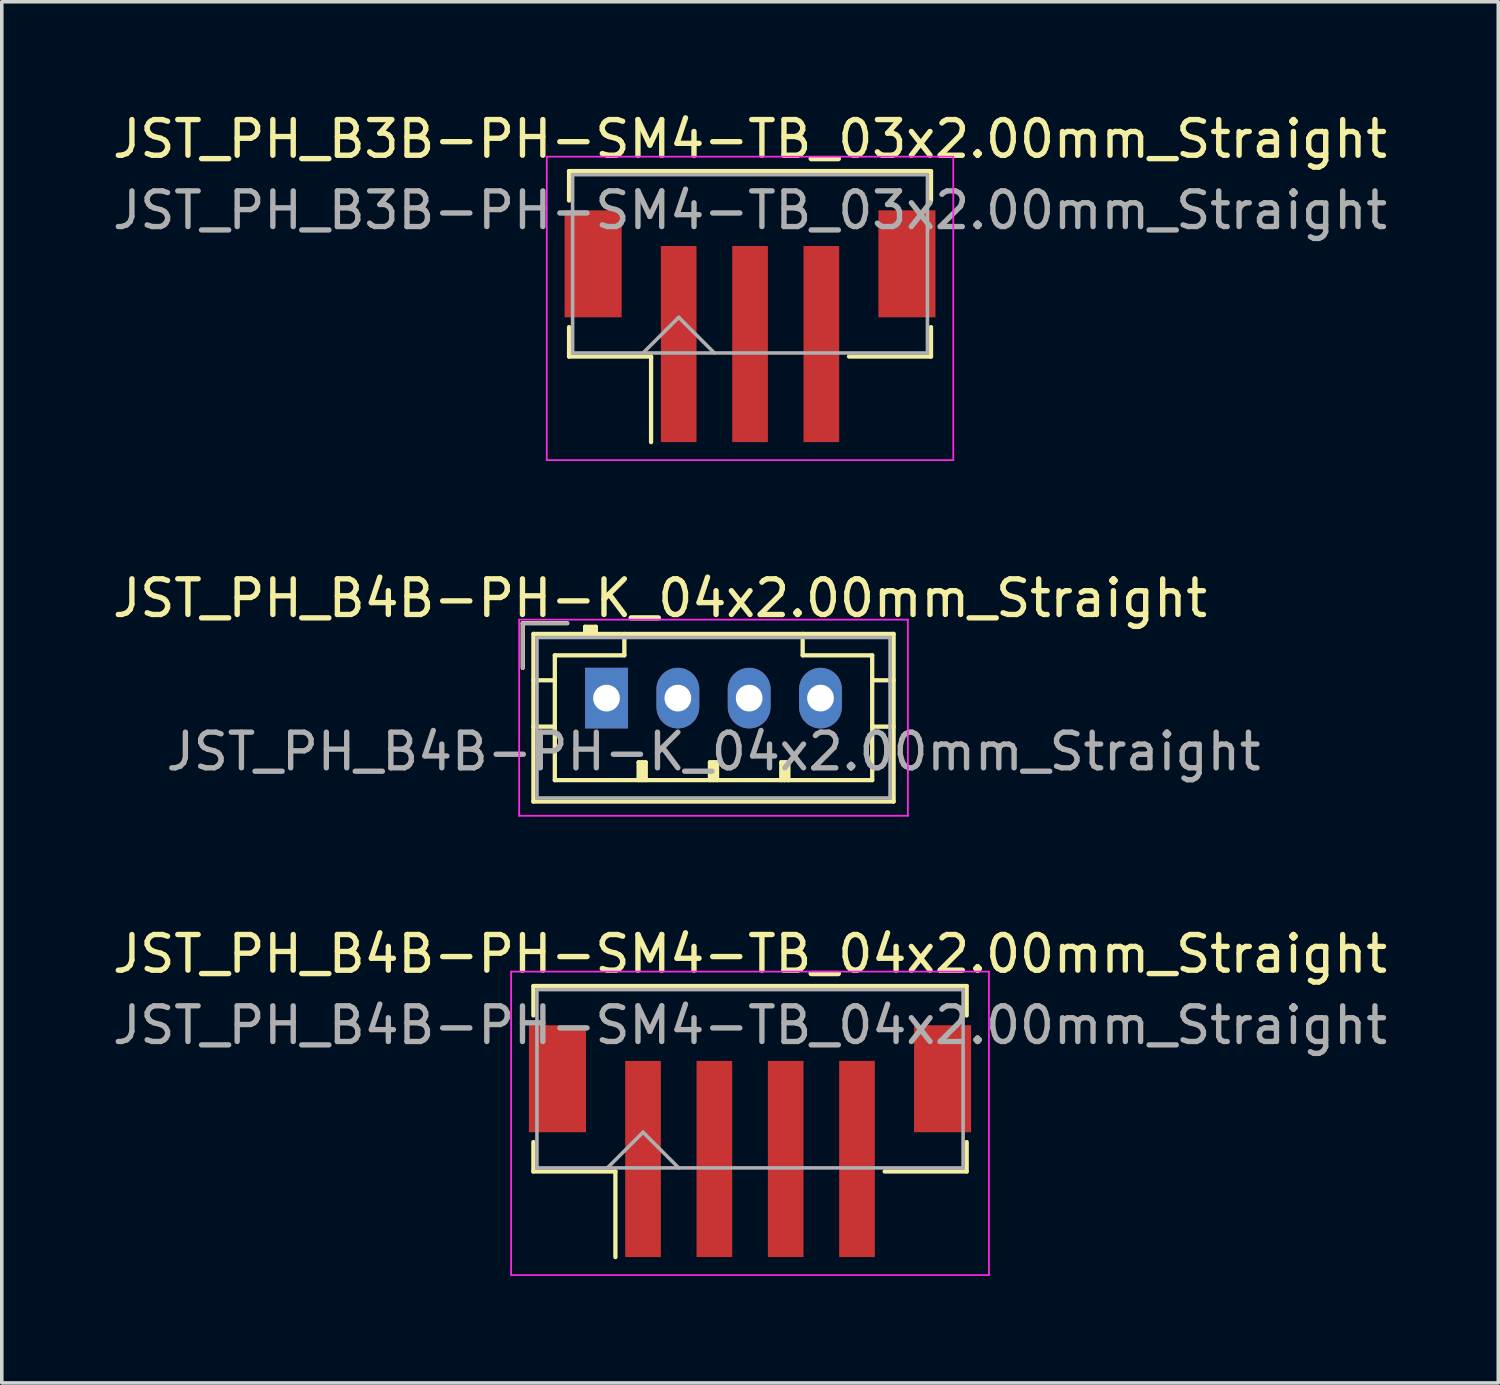
<source format=kicad_pcb>
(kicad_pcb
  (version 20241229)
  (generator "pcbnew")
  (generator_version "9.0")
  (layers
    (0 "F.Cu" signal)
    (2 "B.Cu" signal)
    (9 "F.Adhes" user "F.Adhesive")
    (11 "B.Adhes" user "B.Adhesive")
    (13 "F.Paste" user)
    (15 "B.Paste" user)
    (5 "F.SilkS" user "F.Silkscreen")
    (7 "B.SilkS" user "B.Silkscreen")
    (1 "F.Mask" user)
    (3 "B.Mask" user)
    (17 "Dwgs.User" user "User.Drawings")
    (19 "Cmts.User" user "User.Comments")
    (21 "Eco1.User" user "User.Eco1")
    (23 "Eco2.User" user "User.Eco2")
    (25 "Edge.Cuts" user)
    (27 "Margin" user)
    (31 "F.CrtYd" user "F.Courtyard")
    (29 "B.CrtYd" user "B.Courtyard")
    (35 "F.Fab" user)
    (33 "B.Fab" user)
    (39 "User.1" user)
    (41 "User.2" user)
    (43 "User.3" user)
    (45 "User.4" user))
  (footprint "JST_PH_B4B-PH-SM4-TB_04x2.00mm_Straight"
    (layer "F.Cu")
    (at 17.982 28.325)
    (property "Reference" "JST_PH_B4B-PH-SM4-TB_04x2.00mm_Straight" (at 0 -4.625 0) (layer "F.SilkS") (effects (font (size 1 1) (thickness 0.15))))
    (attr smd)
    (fp_line (start -6.075 -3.725) (end 6.075 -3.725) (stroke (width 0.12) (type solid)) (layer "F.SilkS"))
    (fp_line (start -6.075 -2.9) (end -6.075 -3.725) (stroke (width 0.12) (type solid)) (layer "F.SilkS"))
    (fp_line (start -6.075 0.65) (end -6.075 1.475) (stroke (width 0.12) (type solid)) (layer "F.SilkS"))
    (fp_line (start -6.075 1.475) (end -3.775 1.475) (stroke (width 0.12) (type solid)) (layer "F.SilkS"))
    (fp_line (start -3.775 1.475) (end -3.775 3.875) (stroke (width 0.12) (type solid)) (layer "F.SilkS"))
    (fp_line (start 6.075 -3.725) (end 6.075 -2.9) (stroke (width 0.12) (type solid)) (layer "F.SilkS"))
    (fp_line (start 6.075 0.65) (end 6.075 1.475) (stroke (width 0.12) (type solid)) (layer "F.SilkS"))
    (fp_line (start 6.075 1.475) (end 3.775 1.475) (stroke (width 0.12) (type solid)) (layer "F.SilkS"))
    (fp_line (start -6.7 -4.13) (end -6.7 4.38) (stroke (width 0.05) (type solid)) (layer "F.CrtYd"))
    (fp_line (start -6.7 4.38) (end 6.7 4.38) (stroke (width 0.05) (type solid)) (layer "F.CrtYd"))
    (fp_line (start 6.7 -4.13) (end -6.7 -4.13) (stroke (width 0.05) (type solid)) (layer "F.CrtYd"))
    (fp_line (start 6.7 4.38) (end 6.7 -4.13) (stroke (width 0.05) (type solid)) (layer "F.CrtYd"))
    (fp_line (start -5.975 -3.625) (end -5.975 1.375) (stroke (width 0.1) (type solid)) (layer "F.Fab"))
    (fp_line (start -5.975 1.375) (end 5.975 1.375) (stroke (width 0.1) (type solid)) (layer "F.Fab"))
    (fp_line (start -4 1.375) (end -3 0.375) (stroke (width 0.1) (type solid)) (layer "F.Fab"))
    (fp_line (start -3 0.375) (end -2 1.375) (stroke (width 0.1) (type solid)) (layer "F.Fab"))
    (fp_line (start 5.975 -3.625) (end -5.975 -3.625) (stroke (width 0.1) (type solid)) (layer "F.Fab"))
    (fp_line (start 5.975 1.375) (end 5.975 -3.625) (stroke (width 0.1) (type solid)) (layer "F.Fab"))
    (fp_text user "${REFERENCE}" (at 0 -2.625 0) (layer "F.Fab") (effects (font (size 1 1) (thickness 0.15))))
    (pad "" smd rect (at -5.4 -1.125) (size 1.6 3) (layers "F.Cu" "F.Mask" "F.Paste"))
    (pad "" smd rect (at 5.4 -1.125) (size 1.6 3) (layers "F.Cu" "F.Mask" "F.Paste"))
    (pad "1" smd rect (at -3 1.125) (size 1 5.5) (layers "F.Cu" "F.Mask" "F.Paste"))
    (pad "2" smd rect (at -1 1.125) (size 1 5.5) (layers "F.Cu" "F.Mask" "F.Paste"))
    (pad "3" smd rect (at 1 1.125) (size 1 5.5) (layers "F.Cu" "F.Mask" "F.Paste"))
    (pad "4" smd rect (at 3 1.125) (size 1 5.5) (layers "F.Cu" "F.Mask" "F.Paste")))
  (footprint "JST_PH_B3B-PH-SM4-TB_03x2.00mm_Straight"
    (layer "F.Cu")
    (at 17.982 5.473)
    (property "Reference" "JST_PH_B3B-PH-SM4-TB_03x2.00mm_Straight" (at 0 -4.625 0) (layer "F.SilkS") (effects (font (size 1 1) (thickness 0.15))))
    (attr smd)
    (fp_line (start -5.075 -3.725) (end 5.075 -3.725) (stroke (width 0.12) (type solid)) (layer "F.SilkS"))
    (fp_line (start -5.075 -2.9) (end -5.075 -3.725) (stroke (width 0.12) (type solid)) (layer "F.SilkS"))
    (fp_line (start -5.075 0.65) (end -5.075 1.475) (stroke (width 0.12) (type solid)) (layer "F.SilkS"))
    (fp_line (start -5.075 1.475) (end -2.775 1.475) (stroke (width 0.12) (type solid)) (layer "F.SilkS"))
    (fp_line (start -2.775 1.475) (end -2.775 3.875) (stroke (width 0.12) (type solid)) (layer "F.SilkS"))
    (fp_line (start 5.075 -3.725) (end 5.075 -2.9) (stroke (width 0.12) (type solid)) (layer "F.SilkS"))
    (fp_line (start 5.075 0.65) (end 5.075 1.475) (stroke (width 0.12) (type solid)) (layer "F.SilkS"))
    (fp_line (start 5.075 1.475) (end 2.775 1.475) (stroke (width 0.12) (type solid)) (layer "F.SilkS"))
    (fp_line (start -5.7 -4.13) (end -5.7 4.38) (stroke (width 0.05) (type solid)) (layer "F.CrtYd"))
    (fp_line (start -5.7 4.38) (end 5.7 4.38) (stroke (width 0.05) (type solid)) (layer "F.CrtYd"))
    (fp_line (start 5.7 -4.13) (end -5.7 -4.13) (stroke (width 0.05) (type solid)) (layer "F.CrtYd"))
    (fp_line (start 5.7 4.38) (end 5.7 -4.13) (stroke (width 0.05) (type solid)) (layer "F.CrtYd"))
    (fp_line (start -4.975 -3.625) (end -4.975 1.375) (stroke (width 0.1) (type solid)) (layer "F.Fab"))
    (fp_line (start -4.975 1.375) (end 4.975 1.375) (stroke (width 0.1) (type solid)) (layer "F.Fab"))
    (fp_line (start -3 1.375) (end -2 0.375) (stroke (width 0.1) (type solid)) (layer "F.Fab"))
    (fp_line (start -2 0.375) (end -1 1.375) (stroke (width 0.1) (type solid)) (layer "F.Fab"))
    (fp_line (start 4.975 -3.625) (end -4.975 -3.625) (stroke (width 0.1) (type solid)) (layer "F.Fab"))
    (fp_line (start 4.975 1.375) (end 4.975 -3.625) (stroke (width 0.1) (type solid)) (layer "F.Fab"))
    (fp_text user "${REFERENCE}" (at 0 -2.625 0) (layer "F.Fab") (effects (font (size 1 1) (thickness 0.15))))
    (pad "" smd rect (at -4.4 -1.125) (size 1.6 3) (layers "F.Cu" "F.Mask" "F.Paste"))
    (pad "" smd rect (at 4.4 -1.125) (size 1.6 3) (layers "F.Cu" "F.Mask" "F.Paste"))
    (pad "1" smd rect (at -2 1.125) (size 1 5.5) (layers "F.Cu" "F.Mask" "F.Paste"))
    (pad "2" smd rect (at 0 1.125) (size 1 5.5) (layers "F.Cu" "F.Mask" "F.Paste"))
    (pad "3" smd rect (at 2 1.125) (size 1 5.5) (layers "F.Cu" "F.Mask" "F.Paste")))
  (footprint "JST_PH_B4B-PH-K_04x2.00mm_Straight"
    (layer "F.Cu")
    (at 13.958 16.526)
    (property "Reference" "JST_PH_B4B-PH-K_04x2.00mm_Straight" (at 1.5 -2.8 0) (layer "F.SilkS") (effects (font (size 1 1) (thickness 0.15))))
    (attr through_hole)
    (fp_line (start -2.35 -2.1) (end -2.35 -0.85) (stroke (width 0.12) (type solid)) (layer "F.SilkS"))
    (fp_line (start -2.05 -1.8) (end -2.05 2.9) (stroke (width 0.12) (type solid)) (layer "F.SilkS"))
    (fp_line (start -2.05 -0.5) (end -1.45 -0.5) (stroke (width 0.12) (type solid)) (layer "F.SilkS"))
    (fp_line (start -2.05 0.8) (end -1.45 0.8) (stroke (width 0.12) (type solid)) (layer "F.SilkS"))
    (fp_line (start -2.05 2.9) (end 8.05 2.9) (stroke (width 0.12) (type solid)) (layer "F.SilkS"))
    (fp_line (start -1.45 -1.2) (end -1.45 2.3) (stroke (width 0.12) (type solid)) (layer "F.SilkS"))
    (fp_line (start -1.45 2.3) (end 7.45 2.3) (stroke (width 0.12) (type solid)) (layer "F.SilkS"))
    (fp_line (start -1.1 -2.1) (end -2.35 -2.1) (stroke (width 0.12) (type solid)) (layer "F.SilkS"))
    (fp_line (start -0.6 -2) (end -0.6 -1.8) (stroke (width 0.12) (type solid)) (layer "F.SilkS"))
    (fp_line (start -0.3 -2) (end -0.6 -2) (stroke (width 0.12) (type solid)) (layer "F.SilkS"))
    (fp_line (start -0.3 -1.9) (end -0.6 -1.9) (stroke (width 0.12) (type solid)) (layer "F.SilkS"))
    (fp_line (start -0.3 -1.8) (end -0.3 -2) (stroke (width 0.12) (type solid)) (layer "F.SilkS"))
    (fp_line (start 0.5 -1.8) (end 0.5 -1.2) (stroke (width 0.12) (type solid)) (layer "F.SilkS"))
    (fp_line (start 0.5 -1.2) (end -1.45 -1.2) (stroke (width 0.12) (type solid)) (layer "F.SilkS"))
    (fp_line (start 0.9 1.8) (end 1.1 1.8) (stroke (width 0.12) (type solid)) (layer "F.SilkS"))
    (fp_line (start 0.9 2.3) (end 0.9 1.8) (stroke (width 0.12) (type solid)) (layer "F.SilkS"))
    (fp_line (start 1 2.3) (end 1 1.8) (stroke (width 0.12) (type solid)) (layer "F.SilkS"))
    (fp_line (start 1.1 1.8) (end 1.1 2.3) (stroke (width 0.12) (type solid)) (layer "F.SilkS"))
    (fp_line (start 2.9 1.8) (end 3.1 1.8) (stroke (width 0.12) (type solid)) (layer "F.SilkS"))
    (fp_line (start 2.9 2.3) (end 2.9 1.8) (stroke (width 0.12) (type solid)) (layer "F.SilkS"))
    (fp_line (start 3 2.3) (end 3 1.8) (stroke (width 0.12) (type solid)) (layer "F.SilkS"))
    (fp_line (start 3.1 1.8) (end 3.1 2.3) (stroke (width 0.12) (type solid)) (layer "F.SilkS"))
    (fp_line (start 4.9 1.8) (end 5.1 1.8) (stroke (width 0.12) (type solid)) (layer "F.SilkS"))
    (fp_line (start 4.9 2.3) (end 4.9 1.8) (stroke (width 0.12) (type solid)) (layer "F.SilkS"))
    (fp_line (start 5 2.3) (end 5 1.8) (stroke (width 0.12) (type solid)) (layer "F.SilkS"))
    (fp_line (start 5.1 1.8) (end 5.1 2.3) (stroke (width 0.12) (type solid)) (layer "F.SilkS"))
    (fp_line (start 5.5 -1.2) (end 5.5 -1.8) (stroke (width 0.12) (type solid)) (layer "F.SilkS"))
    (fp_line (start 7.45 -1.2) (end 5.5 -1.2) (stroke (width 0.12) (type solid)) (layer "F.SilkS"))
    (fp_line (start 7.45 2.3) (end 7.45 -1.2) (stroke (width 0.12) (type solid)) (layer "F.SilkS"))
    (fp_line (start 8.05 -1.8) (end -2.05 -1.8) (stroke (width 0.12) (type solid)) (layer "F.SilkS"))
    (fp_line (start 8.05 -0.5) (end 7.45 -0.5) (stroke (width 0.12) (type solid)) (layer "F.SilkS"))
    (fp_line (start 8.05 0.8) (end 7.45 0.8) (stroke (width 0.12) (type solid)) (layer "F.SilkS"))
    (fp_line (start 8.05 2.9) (end 8.05 -1.8) (stroke (width 0.12) (type solid)) (layer "F.SilkS"))
    (fp_line (start -2.45 -2.2) (end -2.45 3.3) (stroke (width 0.05) (type solid)) (layer "F.CrtYd"))
    (fp_line (start -2.45 3.3) (end 8.45 3.3) (stroke (width 0.05) (type solid)) (layer "F.CrtYd"))
    (fp_line (start 8.45 -2.2) (end -2.45 -2.2) (stroke (width 0.05) (type solid)) (layer "F.CrtYd"))
    (fp_line (start 8.45 3.3) (end 8.45 -2.2) (stroke (width 0.05) (type solid)) (layer "F.CrtYd"))
    (fp_line (start -2.35 -2.1) (end -2.35 -0.85) (stroke (width 0.1) (type solid)) (layer "F.Fab"))
    (fp_line (start -1.95 -1.7) (end -1.95 2.8) (stroke (width 0.1) (type solid)) (layer "F.Fab"))
    (fp_line (start -1.95 2.8) (end 7.95 2.8) (stroke (width 0.1) (type solid)) (layer "F.Fab"))
    (fp_line (start -1.1 -2.1) (end -2.35 -2.1) (stroke (width 0.1) (type solid)) (layer "F.Fab"))
    (fp_line (start 7.95 -1.7) (end -1.95 -1.7) (stroke (width 0.1) (type solid)) (layer "F.Fab"))
    (fp_line (start 7.95 2.8) (end 7.95 -1.7) (stroke (width 0.1) (type solid)) (layer "F.Fab"))
    (fp_text user "${REFERENCE}" (at 3 1.5 0) (layer "F.Fab") (effects (font (size 1 1) (thickness 0.15))))
    (pad "1" thru_hole rect (at 0 0) (size 1.2 1.7) (drill 0.75) (layers "*.Cu" "*.Mask"))
    (pad "2" thru_hole oval (at 2 0) (size 1.2 1.7) (drill 0.75) (layers "*.Cu" "*.Mask"))
    (pad "3" thru_hole oval (at 4 0) (size 1.2 1.7) (drill 0.75) (layers "*.Cu" "*.Mask"))
    (pad "4" thru_hole oval (at 6 0) (size 1.2 1.7) (drill 0.75) (layers "*.Cu" "*.Mask")))
  (gr_rect
    (start -3 -3)
    (end 38.964 35.73)
    (stroke (width 0.1) (type default))
    (fill no)
    (layer "Edge.Cuts")))
</source>
